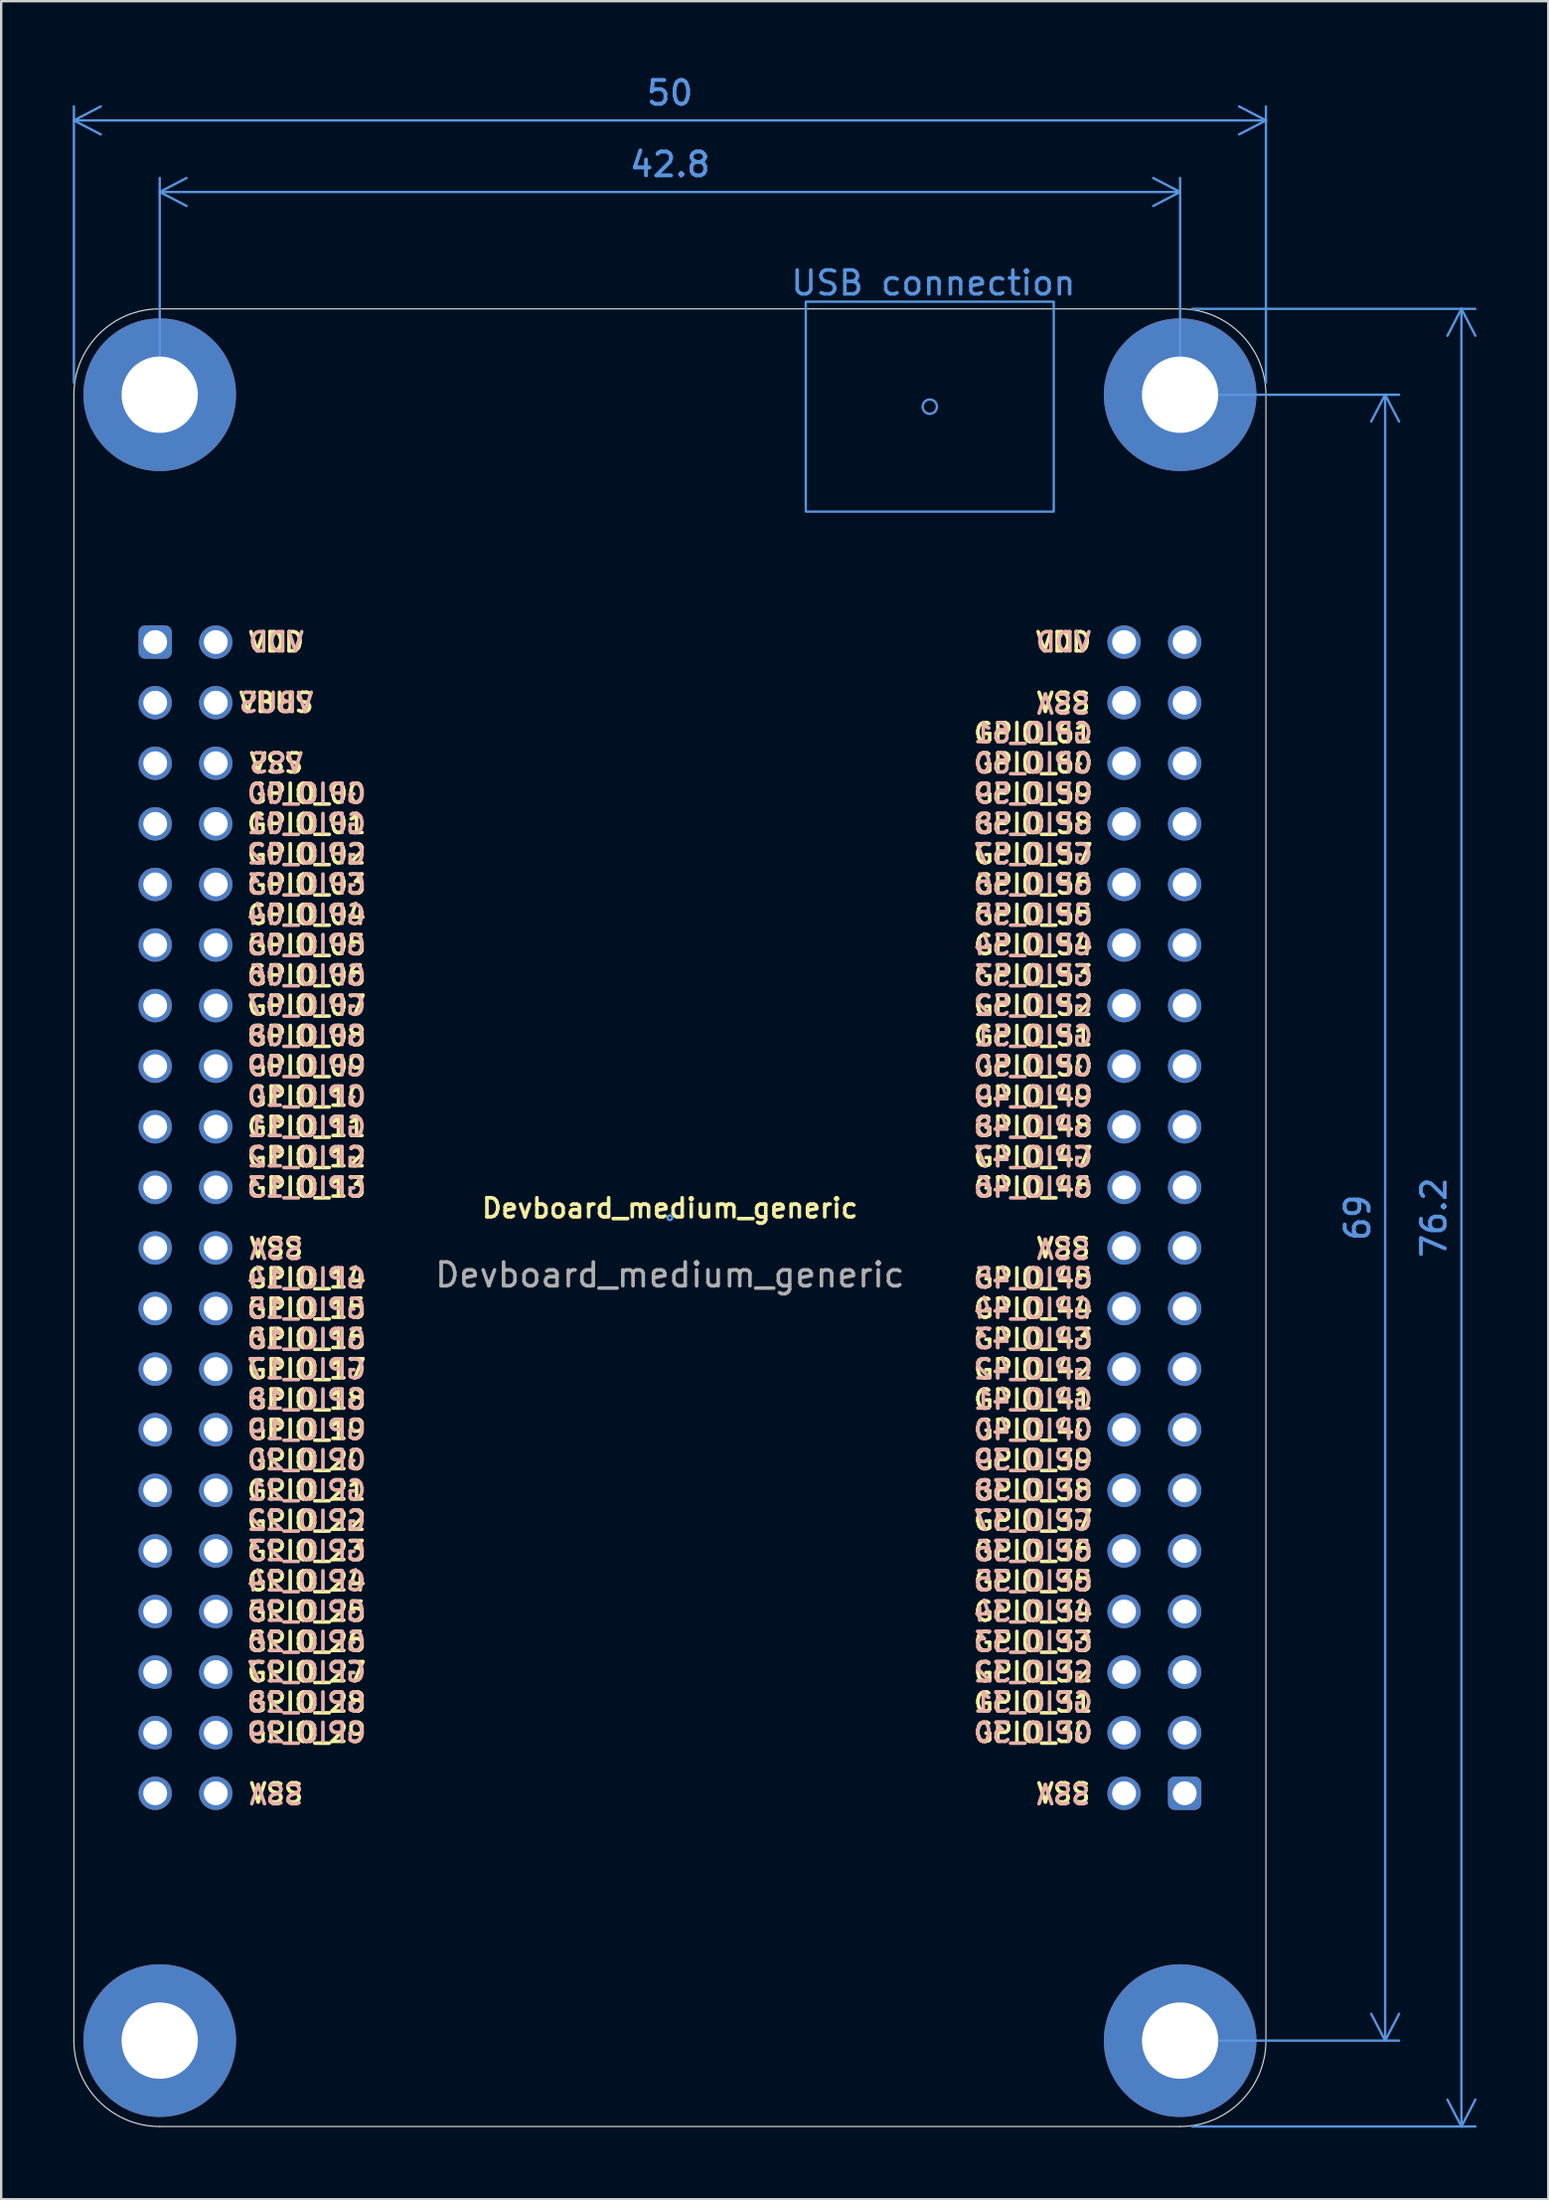
<source format=kicad_pcb>
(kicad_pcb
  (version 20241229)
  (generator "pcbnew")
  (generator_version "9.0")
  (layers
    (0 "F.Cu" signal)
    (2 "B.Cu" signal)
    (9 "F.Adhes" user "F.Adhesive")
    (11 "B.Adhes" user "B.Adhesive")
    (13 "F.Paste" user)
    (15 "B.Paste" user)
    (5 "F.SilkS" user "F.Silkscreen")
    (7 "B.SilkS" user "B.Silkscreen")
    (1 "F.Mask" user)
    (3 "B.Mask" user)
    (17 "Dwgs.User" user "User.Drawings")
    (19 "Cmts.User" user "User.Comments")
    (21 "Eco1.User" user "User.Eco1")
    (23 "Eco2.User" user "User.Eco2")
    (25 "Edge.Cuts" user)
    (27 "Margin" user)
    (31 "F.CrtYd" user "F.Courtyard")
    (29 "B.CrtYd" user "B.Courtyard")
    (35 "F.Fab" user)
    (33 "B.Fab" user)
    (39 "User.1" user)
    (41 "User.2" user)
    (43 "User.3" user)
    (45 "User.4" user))
  (footprint "Devboard_medium_generic"
    (layer "F.Cu")
    (at 25.05 47.998)
    (property "Reference" "Devboard_medium_generic" (at 0 -0.4 0) (unlocked yes) (layer "F.SilkS") (effects (font (size 0.8 0.8) (thickness 0.15))))
    (fp_rect (start 5.7 -38.4) (end 16.1 -29.6) (stroke (width 0.1) (type solid)) (fill no) (layer "Cmts.User"))
    (fp_circle (center 0 0) (end 0.1 0) (stroke (width 0.1) (type default)) (fill no) (layer "Cmts.User"))
    (fp_circle (center 10.9 -34) (end 11.2 -34) (stroke (width 0.1) (type default)) (fill no) (layer "Cmts.User"))
    (fp_line (start -25 34.5) (end -25 -34.5) (stroke (width 0.05) (type solid)) (layer "Edge.Cuts"))
    (fp_line (start -21.4 -38.1) (end 21.4 -38.1) (stroke (width 0.05) (type default)) (layer "Edge.Cuts"))
    (fp_line (start 21.4 38.1) (end -21.4 38.1) (stroke (width 0.05) (type default)) (layer "Edge.Cuts"))
    (fp_line (start 25 -34.5) (end 25 34.5) (stroke (width 0.05) (type solid)) (layer "Edge.Cuts"))
    (fp_arc (start -25 -34.5) (mid -23.945584 -37.045584) (end -21.4 -38.1) (stroke (width 0.05) (type solid)) (layer "Edge.Cuts"))
    (fp_arc (start -21.4 38.1) (mid -23.945584 37.045584) (end -25 34.5) (stroke (width 0.05) (type solid)) (layer "Edge.Cuts"))
    (fp_arc (start 21.4 -38.1) (mid 23.945584 -37.045584) (end 25 -34.5) (stroke (width 0.05) (type solid)) (layer "Edge.Cuts"))
    (fp_arc (start 25 34.5) (mid 23.945584 37.045584) (end 21.4 38.1) (stroke (width 0.05) (type solid)) (layer "Edge.Cuts"))
    (fp_text user "VDD" (at 16.51 -24.13 0) (unlocked yes) (layer "F.SilkS") (effects (font (size 0.8 0.8) (thickness 0.15) (bold yes))))
    (fp_text user "GPIO_40" (at 15.24 8.89 0) (unlocked yes) (layer "F.SilkS") (effects (font (size 0.8 0.8) (thickness 0.15) (bold yes))))
    (fp_text user "VSS" (at -16.51 24.13 0) (unlocked yes) (layer "F.SilkS") (effects (font (size 0.8 0.8) (thickness 0.15) (bold yes))))
    (fp_text user "GPIO_49" (at 15.24 -5.08 0) (unlocked yes) (layer "F.SilkS") (effects (font (size 0.8 0.8) (thickness 0.15) (bold yes))))
    (fp_text user "GPIO_22" (at -15.24 12.7 0) (unlocked yes) (layer "F.SilkS") (effects (font (size 0.8 0.8) (thickness 0.15) (bold yes))))
    (fp_text user "GPIO_26" (at -15.24 17.78 0) (unlocked yes) (layer "F.SilkS") (effects (font (size 0.8 0.8) (thickness 0.15) (bold yes))))
    (fp_text user "VSS" (at 16.51 -21.59 0) (unlocked yes) (layer "F.SilkS") (effects (font (size 0.8 0.8) (thickness 0.15) (bold yes))))
    (fp_text user "GPIO_08" (at -15.24 -7.62 0) (unlocked yes) (layer "F.SilkS") (effects (font (size 0.8 0.8) (thickness 0.15) (bold yes))))
    (fp_text user "GPIO_58" (at 15.24 -16.51 0) (unlocked yes) (layer "F.SilkS") (effects (font (size 0.8 0.8) (thickness 0.15) (bold yes))))
    (fp_text user "GPIO_55" (at 15.24 -12.7 0) (unlocked yes) (layer "F.SilkS") (effects (font (size 0.8 0.8) (thickness 0.15) (bold yes))))
    (fp_text user "GPIO_00" (at -15.24 -17.78 0) (unlocked yes) (layer "F.SilkS") (effects (font (size 0.8 0.8) (thickness 0.15) (bold yes))))
    (fp_text user "GPIO_34" (at 15.24 16.51 0) (unlocked yes) (layer "F.SilkS") (effects (font (size 0.8 0.8) (thickness 0.15) (bold yes))))
    (fp_text user "GPIO_41" (at 15.24 7.62 0) (unlocked yes) (layer "F.SilkS") (effects (font (size 0.8 0.8) (thickness 0.15) (bold yes))))
    (fp_text user "GPIO_38" (at 15.24 11.43 0) (unlocked yes) (layer "F.SilkS") (effects (font (size 0.8 0.8) (thickness 0.15) (bold yes))))
    (fp_text user "GPIO_50" (at 15.24 -6.35 0) (unlocked yes) (layer "F.SilkS") (effects (font (size 0.8 0.8) (thickness 0.15) (bold yes))))
    (fp_text user "GPIO_06" (at -15.24 -10.16 0) (unlocked yes) (layer "F.SilkS") (effects (font (size 0.8 0.8) (thickness 0.15) (bold yes))))
    (fp_text user "GPIO_21" (at -15.24 11.43 0) (unlocked yes) (layer "F.SilkS") (effects (font (size 0.8 0.8) (thickness 0.15) (bold yes))))
    (fp_text user "VSS" (at -16.51 1.27 0) (unlocked yes) (layer "F.SilkS") (effects (font (size 0.8 0.8) (thickness 0.15) (bold yes))))
    (fp_text user "VSS" (at 16.51 24.13 0) (unlocked yes) (layer "F.SilkS") (effects (font (size 0.8 0.8) (thickness 0.15) (bold yes))))
    (fp_text user "GPIO_16" (at -15.24 5.08 0) (unlocked yes) (layer "F.SilkS") (effects (font (size 0.8 0.8) (thickness 0.15) (bold yes))))
    (fp_text user "GPIO_03" (at -15.24 -13.97 0) (unlocked yes) (layer "F.SilkS") (effects (font (size 0.8 0.8) (thickness 0.15) (bold yes))))
    (fp_text user "GPIO_51" (at 15.24 -7.62 0) (unlocked yes) (layer "F.SilkS") (effects (font (size 0.8 0.8) (thickness 0.15) (bold yes))))
    (fp_text user "GPIO_27" (at -15.24 19.05 0) (unlocked yes) (layer "F.SilkS") (effects (font (size 0.8 0.8) (thickness 0.15) (bold yes))))
    (fp_text user "GPIO_39" (at 15.24 10.16 0) (unlocked yes) (layer "F.SilkS") (effects (font (size 0.8 0.8) (thickness 0.15) (bold yes))))
    (fp_text user "GPIO_59" (at 15.24 -17.78 0) (unlocked yes) (layer "F.SilkS") (effects (font (size 0.8 0.8) (thickness 0.15) (bold yes))))
    (fp_text user "GPIO_43" (at 15.24 5.08 0) (unlocked yes) (layer "F.SilkS") (effects (font (size 0.8 0.8) (thickness 0.15) (bold yes))))
    (fp_text user "GPIO_13" (at -15.24 -1.27 0) (unlocked yes) (layer "F.SilkS") (effects (font (size 0.8 0.8) (thickness 0.15) (bold yes))))
    (fp_text user "VSS" (at -16.51 -19.05 0) (unlocked yes) (layer "F.SilkS") (effects (font (size 0.8 0.8) (thickness 0.15) (bold yes))))
    (fp_text user "GPIO_57" (at 15.24 -15.24 0) (unlocked yes) (layer "F.SilkS") (effects (font (size 0.8 0.8) (thickness 0.15) (bold yes))))
    (fp_text user "GPIO_46" (at 15.24 -1.27 0) (unlocked yes) (layer "F.SilkS") (effects (font (size 0.8 0.8) (thickness 0.15) (bold yes))))
    (fp_text user "GPIO_48" (at 15.24 -3.81 0) (unlocked yes) (layer "F.SilkS") (effects (font (size 0.8 0.8) (thickness 0.15) (bold yes))))
    (fp_text user "GPIO_05" (at -15.24 -11.43 0) (unlocked yes) (layer "F.SilkS") (effects (font (size 0.8 0.8) (thickness 0.15) (bold yes))))
    (fp_text user "GPIO_44" (at 15.24 3.81 0) (unlocked yes) (layer "F.SilkS") (effects (font (size 0.8 0.8) (thickness 0.15) (bold yes))))
    (fp_text user "GPIO_15" (at -15.24 3.81 0) (unlocked yes) (layer "F.SilkS") (effects (font (size 0.8 0.8) (thickness 0.15) (bold yes))))
    (fp_text user "GPIO_19" (at -15.24 8.89 0) (unlocked yes) (layer "F.SilkS") (effects (font (size 0.8 0.8) (thickness 0.15) (bold yes))))
    (fp_text user "GPIO_60" (at 15.24 -19.05 0) (unlocked yes) (layer "F.SilkS") (effects (font (size 0.8 0.8) (thickness 0.15) (bold yes))))
    (fp_text user "GPIO_29" (at -15.24 21.59 0) (unlocked yes) (layer "F.SilkS") (effects (font (size 0.8 0.8) (thickness 0.15) (bold yes))))
    (fp_text user "GPIO_02" (at -15.24 -15.24 0) (unlocked yes) (layer "F.SilkS") (effects (font (size 0.8 0.8) (thickness 0.15) (bold yes))))
    (fp_text user "GPIO_33" (at 15.24 17.78 0) (unlocked yes) (layer "F.SilkS") (effects (font (size 0.8 0.8) (thickness 0.15) (bold yes))))
    (fp_text user "VDD" (at -16.51 -24.13 0) (unlocked yes) (layer "F.SilkS") (effects (font (size 0.8 0.8) (thickness 0.15) (bold yes))))
    (fp_text user "GPIO_04" (at -15.24 -12.7 0) (unlocked yes) (layer "F.SilkS") (effects (font (size 0.8 0.8) (thickness 0.15) (bold yes))))
    (fp_text user "GPIO_45" (at 15.24 2.54 0) (unlocked yes) (layer "F.SilkS") (effects (font (size 0.8 0.8) (thickness 0.15) (bold yes))))
    (fp_text user "GPIO_17" (at -15.24 6.35 0) (unlocked yes) (layer "F.SilkS") (effects (font (size 0.8 0.8) (thickness 0.15) (bold yes))))
    (fp_text user "GPIO_10" (at -15.24 -5.08 0) (unlocked yes) (layer "F.SilkS") (effects (font (size 0.8 0.8) (thickness 0.15) (bold yes))))
    (fp_text user "GPIO_01" (at -15.24 -16.51 0) (unlocked yes) (layer "F.SilkS") (effects (font (size 0.8 0.8) (thickness 0.15) (bold yes))))
    (fp_text user "GPIO_61" (at 15.24 -20.32 0) (unlocked yes) (layer "F.SilkS") (effects (font (size 0.8 0.8) (thickness 0.15) (bold yes))))
    (fp_text user "GPIO_18" (at -15.24 7.62 0) (unlocked yes) (layer "F.SilkS") (effects (font (size 0.8 0.8) (thickness 0.15) (bold yes))))
    (fp_text user "GPIO_54" (at 15.24 -11.43 0) (unlocked yes) (layer "F.SilkS") (effects (font (size 0.8 0.8) (thickness 0.15) (bold yes))))
    (fp_text user "GPIO_35" (at 15.24 15.24 0) (unlocked yes) (layer "F.SilkS") (effects (font (size 0.8 0.8) (thickness 0.15) (bold yes))))
    (fp_text user "GPIO_11" (at -15.24 -3.81 0) (unlocked yes) (layer "F.SilkS") (effects (font (size 0.8 0.8) (thickness 0.15) (bold yes))))
    (fp_text user "GPIO_30" (at 15.24 21.59 0) (unlocked yes) (layer "F.SilkS") (effects (font (size 0.8 0.8) (thickness 0.15) (bold yes))))
    (fp_text user "GPIO_25" (at -15.24 16.51 0) (unlocked yes) (layer "F.SilkS") (effects (font (size 0.8 0.8) (thickness 0.15) (bold yes))))
    (fp_text user "GPIO_14" (at -15.24 2.54 0) (unlocked yes) (layer "F.SilkS") (effects (font (size 0.8 0.8) (thickness 0.15) (bold yes))))
    (fp_text user "GPIO_12" (at -15.24 -2.54 0) (unlocked yes) (layer "F.SilkS") (effects (font (size 0.8 0.8) (thickness 0.15) (bold yes))))
    (fp_text user "VBUS" (at -16.51 -21.59 0) (unlocked yes) (layer "F.SilkS") (effects (font (size 0.8 0.8) (thickness 0.15) (bold yes))))
    (fp_text user "GPIO_23" (at -15.24 13.97 0) (unlocked yes) (layer "F.SilkS") (effects (font (size 0.8 0.8) (thickness 0.15) (bold yes))))
    (fp_text user "GPIO_53" (at 15.24 -10.16 0) (unlocked yes) (layer "F.SilkS") (effects (font (size 0.8 0.8) (thickness 0.15) (bold yes))))
    (fp_text user "GPIO_56" (at 15.24 -13.97 0) (unlocked yes) (layer "F.SilkS") (effects (font (size 0.8 0.8) (thickness 0.15) (bold yes))))
    (fp_text user "GPIO_32" (at 15.24 19.05 0) (unlocked yes) (layer "F.SilkS") (effects (font (size 0.8 0.8) (thickness 0.15) (bold yes))))
    (fp_text user "GPIO_07" (at -15.24 -8.89 0) (unlocked yes) (layer "F.SilkS") (effects (font (size 0.8 0.8) (thickness 0.15) (bold yes))))
    (fp_text user "VSS" (at 16.51 1.27 0) (unlocked yes) (layer "F.SilkS") (effects (font (size 0.8 0.8) (thickness 0.15) (bold yes))))
    (fp_text user "GPIO_24" (at -15.24 15.24 0) (unlocked yes) (layer "F.SilkS") (effects (font (size 0.8 0.8) (thickness 0.15) (bold yes))))
    (fp_text user "GPIO_37" (at 15.24 12.7 0) (unlocked yes) (layer "F.SilkS") (effects (font (size 0.8 0.8) (thickness 0.15) (bold yes))))
    (fp_text user "GPIO_42" (at 15.24 6.35 0) (unlocked yes) (layer "F.SilkS") (effects (font (size 0.8 0.8) (thickness 0.15) (bold yes))))
    (fp_text user "GPIO_36" (at 15.24 13.97 0) (unlocked yes) (layer "F.SilkS") (effects (font (size 0.8 0.8) (thickness 0.15) (bold yes))))
    (fp_text user "GPIO_09" (at -15.24 -6.35 0) (unlocked yes) (layer "F.SilkS") (effects (font (size 0.8 0.8) (thickness 0.15) (bold yes))))
    (fp_text user "GPIO_31" (at 15.24 20.32 0) (unlocked yes) (layer "F.SilkS") (effects (font (size 0.8 0.8) (thickness 0.15) (bold yes))))
    (fp_text user "GPIO_20" (at -15.24 10.16 0) (unlocked yes) (layer "F.SilkS") (effects (font (size 0.8 0.8) (thickness 0.15) (bold yes))))
    (fp_text user "GPIO_28" (at -15.24 20.32 0) (unlocked yes) (layer "F.SilkS") (effects (font (size 0.8 0.8) (thickness 0.15) (bold yes))))
    (fp_text user "GPIO_47" (at 15.24 -2.54 0) (unlocked yes) (layer "F.SilkS") (effects (font (size 0.8 0.8) (thickness 0.15) (bold yes))))
    (fp_text user "GPIO_52" (at 15.24 -8.89 0) (unlocked yes) (layer "F.SilkS") (effects (font (size 0.8 0.8) (thickness 0.15) (bold yes))))
    (fp_text user "GPIO_09" (at -15.24 -6.35 0) (unlocked yes) (layer "B.SilkS") (effects (font (size 0.8 0.8) (thickness 0.15) (bold yes)) (justify mirror)))
    (fp_text user "GPIO_21" (at -15.24 11.43 0) (unlocked yes) (layer "B.SilkS") (effects (font (size 0.8 0.8) (thickness 0.15) (bold yes)) (justify mirror)))
    (fp_text user "GPIO_04" (at -15.24 -12.7 0) (unlocked yes) (layer "B.SilkS") (effects (font (size 0.8 0.8) (thickness 0.15) (bold yes)) (justify mirror)))
    (fp_text user "GPIO_54" (at 15.24 -11.43 0) (unlocked yes) (layer "B.SilkS") (effects (font (size 0.8 0.8) (thickness 0.15) (bold yes)) (justify mirror)))
    (fp_text user "GPIO_61" (at 15.24 -20.32 0) (unlocked yes) (layer "B.SilkS") (effects (font (size 0.8 0.8) (thickness 0.15) (bold yes)) (justify mirror)))
    (fp_text user "GPIO_52" (at 15.24 -8.89 0) (unlocked yes) (layer "B.SilkS") (effects (font (size 0.8 0.8) (thickness 0.15) (bold yes)) (justify mirror)))
    (fp_text user "VSS" (at 16.51 -21.59 180) (unlocked yes) (layer "B.SilkS") (effects (font (size 0.8 0.8) (thickness 0.15) (bold yes)) (justify mirror)))
    (fp_text user "GPIO_17" (at -15.24 6.35 0) (unlocked yes) (layer "B.SilkS") (effects (font (size 0.8 0.8) (thickness 0.15) (bold yes)) (justify mirror)))
    (fp_text user "GPIO_24" (at -15.24 15.24 0) (unlocked yes) (layer "B.SilkS") (effects (font (size 0.8 0.8) (thickness 0.15) (bold yes)) (justify mirror)))
    (fp_text user "GPIO_19" (at -15.24 8.89 0) (unlocked yes) (layer "B.SilkS") (effects (font (size 0.8 0.8) (thickness 0.15) (bold yes)) (justify mirror)))
    (fp_text user "GPIO_37" (at 15.24 12.7 0) (unlocked yes) (layer "B.SilkS") (effects (font (size 0.8 0.8) (thickness 0.15) (bold yes)) (justify mirror)))
    (fp_text user "GPIO_41" (at 15.24 7.62 0) (unlocked yes) (layer "B.SilkS") (effects (font (size 0.8 0.8) (thickness 0.15) (bold yes)) (justify mirror)))
    (fp_text user "GPIO_57" (at 15.24 -15.24 0) (unlocked yes) (layer "B.SilkS") (effects (font (size 0.8 0.8) (thickness 0.15) (bold yes)) (justify mirror)))
    (fp_text user "GPIO_36" (at 15.24 13.97 0) (unlocked yes) (layer "B.SilkS") (effects (font (size 0.8 0.8) (thickness 0.15) (bold yes)) (justify mirror)))
    (fp_text user "VSS" (at -16.51 -19.05 0) (unlocked yes) (layer "B.SilkS") (effects (font (size 0.8 0.8) (thickness 0.15) (bold yes)) (justify mirror)))
    (fp_text user "GPIO_00" (at -15.24 -17.78 0) (unlocked yes) (layer "B.SilkS") (effects (font (size 0.8 0.8) (thickness 0.15) (bold yes)) (justify mirror)))
    (fp_text user "VSS" (at 16.51 24.13 180) (unlocked yes) (layer "B.SilkS") (effects (font (size 0.8 0.8) (thickness 0.15) (bold yes)) (justify mirror)))
    (fp_text user "GPIO_29" (at -15.24 21.59 0) (unlocked yes) (layer "B.SilkS") (effects (font (size 0.8 0.8) (thickness 0.15) (bold yes)) (justify mirror)))
    (fp_text user "GPIO_53" (at 15.24 -10.16 0) (unlocked yes) (layer "B.SilkS") (effects (font (size 0.8 0.8) (thickness 0.15) (bold yes)) (justify mirror)))
    (fp_text user "GPIO_42" (at 15.24 6.35 0) (unlocked yes) (layer "B.SilkS") (effects (font (size 0.8 0.8) (thickness 0.15) (bold yes)) (justify mirror)))
    (fp_text user "GPIO_44" (at 15.24 3.81 0) (unlocked yes) (layer "B.SilkS") (effects (font (size 0.8 0.8) (thickness 0.15) (bold yes)) (justify mirror)))
    (fp_text user "VDD" (at 16.51 -24.13 0) (unlocked yes) (layer "B.SilkS") (effects (font (size 0.8 0.8) (thickness 0.15) (bold yes)) (justify mirror)))
    (fp_text user "GPIO_60" (at 15.24 -19.05 0) (unlocked yes) (layer "B.SilkS") (effects (font (size 0.8 0.8) (thickness 0.15) (bold yes)) (justify mirror)))
    (fp_text user "GPIO_26" (at -15.24 17.78 0) (unlocked yes) (layer "B.SilkS") (effects (font (size 0.8 0.8) (thickness 0.15) (bold yes)) (justify mirror)))
    (fp_text user "GPIO_06" (at -15.24 -10.16 0) (unlocked yes) (layer "B.SilkS") (effects (font (size 0.8 0.8) (thickness 0.15) (bold yes)) (justify mirror)))
    (fp_text user "GPIO_34" (at 15.24 16.51 0) (unlocked yes) (layer "B.SilkS") (effects (font (size 0.8 0.8) (thickness 0.15) (bold yes)) (justify mirror)))
    (fp_text user "GPIO_49" (at 15.24 -5.08 0) (unlocked yes) (layer "B.SilkS") (effects (font (size 0.8 0.8) (thickness 0.15) (bold yes)) (justify mirror)))
    (fp_text user "GPIO_35" (at 15.24 15.24 0) (unlocked yes) (layer "B.SilkS") (effects (font (size 0.8 0.8) (thickness 0.15) (bold yes)) (justify mirror)))
    (fp_text user "GPIO_50" (at 15.24 -6.35 0) (unlocked yes) (layer "B.SilkS") (effects (font (size 0.8 0.8) (thickness 0.15) (bold yes)) (justify mirror)))
    (fp_text user "GPIO_59" (at 15.24 -17.78 0) (unlocked yes) (layer "B.SilkS") (effects (font (size 0.8 0.8) (thickness 0.15) (bold yes)) (justify mirror)))
    (fp_text user "GPIO_43" (at 15.24 5.08 0) (unlocked yes) (layer "B.SilkS") (effects (font (size 0.8 0.8) (thickness 0.15) (bold yes)) (justify mirror)))
    (fp_text user "GPIO_05" (at -15.24 -11.43 0) (unlocked yes) (layer "B.SilkS") (effects (font (size 0.8 0.8) (thickness 0.15) (bold yes)) (justify mirror)))
    (fp_text user "GPIO_28" (at -15.24 20.32 0) (unlocked yes) (layer "B.SilkS") (effects (font (size 0.8 0.8) (thickness 0.15) (bold yes)) (justify mirror)))
    (fp_text user "GPIO_23" (at -15.24 13.97 0) (unlocked yes) (layer "B.SilkS") (effects (font (size 0.8 0.8) (thickness 0.15) (bold yes)) (justify mirror)))
    (fp_text user "GPIO_32" (at 15.24 19.05 0) (unlocked yes) (layer "B.SilkS") (effects (font (size 0.8 0.8) (thickness 0.15) (bold yes)) (justify mirror)))
    (fp_text user "GPIO_30" (at 15.24 21.59 0) (unlocked yes) (layer "B.SilkS") (effects (font (size 0.8 0.8) (thickness 0.15) (bold yes)) (justify mirror)))
    (fp_text user "GPIO_01" (at -15.24 -16.51 0) (unlocked yes) (layer "B.SilkS") (effects (font (size 0.8 0.8) (thickness 0.15) (bold yes)) (justify mirror)))
    (fp_text user "GPIO_07" (at -15.24 -8.89 0) (unlocked yes) (layer "B.SilkS") (effects (font (size 0.8 0.8) (thickness 0.15) (bold yes)) (justify mirror)))
    (fp_text user "GPIO_51" (at 15.24 -7.62 0) (unlocked yes) (layer "B.SilkS") (effects (font (size 0.8 0.8) (thickness 0.15) (bold yes)) (justify mirror)))
    (fp_text user "GPIO_13" (at -15.24 -1.27 0) (unlocked yes) (layer "B.SilkS") (effects (font (size 0.8 0.8) (thickness 0.15) (bold yes)) (justify mirror)))
    (fp_text user "GPIO_02" (at -15.24 -15.24 0) (unlocked yes) (layer "B.SilkS") (effects (font (size 0.8 0.8) (thickness 0.15) (bold yes)) (justify mirror)))
    (fp_text user "GPIO_25" (at -15.24 16.51 0) (unlocked yes) (layer "B.SilkS") (effects (font (size 0.8 0.8) (thickness 0.15) (bold yes)) (justify mirror)))
    (fp_text user "GPIO_03" (at -15.24 -13.97 0) (unlocked yes) (layer "B.SilkS") (effects (font (size 0.8 0.8) (thickness 0.15) (bold yes)) (justify mirror)))
    (fp_text user "GPIO_12" (at -15.24 -2.54 0) (unlocked yes) (layer "B.SilkS") (effects (font (size 0.8 0.8) (thickness 0.15) (bold yes)) (justify mirror)))
    (fp_text user "GPIO_22" (at -15.24 12.7 0) (unlocked yes) (layer "B.SilkS") (effects (font (size 0.8 0.8) (thickness 0.15) (bold yes)) (justify mirror)))
    (fp_text user "GPIO_27" (at -15.24 19.05 0) (unlocked yes) (layer "B.SilkS") (effects (font (size 0.8 0.8) (thickness 0.15) (bold yes)) (justify mirror)))
    (fp_text user "GPIO_08" (at -15.24 -7.62 0) (unlocked yes) (layer "B.SilkS") (effects (font (size 0.8 0.8) (thickness 0.15) (bold yes)) (justify mirror)))
    (fp_text user "VSS" (at 16.51 1.27 180) (unlocked yes) (layer "B.SilkS") (effects (font (size 0.8 0.8) (thickness 0.15) (bold yes)) (justify mirror)))
    (fp_text user "GPIO_48" (at 15.24 -3.81 0) (unlocked yes) (layer "B.SilkS") (effects (font (size 0.8 0.8) (thickness 0.15) (bold yes)) (justify mirror)))
    (fp_text user "VBUS" (at -16.51 -21.59 0) (unlocked yes) (layer "B.SilkS") (effects (font (size 0.8 0.8) (thickness 0.15) (bold yes)) (justify mirror)))
    (fp_text user "GPIO_38" (at 15.24 11.43 0) (unlocked yes) (layer "B.SilkS") (effects (font (size 0.8 0.8) (thickness 0.15) (bold yes)) (justify mirror)))
    (fp_text user "GPIO_56" (at 15.24 -13.97 0) (unlocked yes) (layer "B.SilkS") (effects (font (size 0.8 0.8) (thickness 0.15) (bold yes)) (justify mirror)))
    (fp_text user "GPIO_20" (at -15.24 10.16 0) (unlocked yes) (layer "B.SilkS") (effects (font (size 0.8 0.8) (thickness 0.15) (bold yes)) (justify mirror)))
    (fp_text user "GPIO_39" (at 15.24 10.16 0) (unlocked yes) (layer "B.SilkS") (effects (font (size 0.8 0.8) (thickness 0.15) (bold yes)) (justify mirror)))
    (fp_text user "GPIO_33" (at 15.24 17.78 0) (unlocked yes) (layer "B.SilkS") (effects (font (size 0.8 0.8) (thickness 0.15) (bold yes)) (justify mirror)))
    (fp_text user "GPIO_58" (at 15.24 -16.51 0) (unlocked yes) (layer "B.SilkS") (effects (font (size 0.8 0.8) (thickness 0.15) (bold yes)) (justify mirror)))
    (fp_text user "VSS" (at -16.51 1.27 180) (unlocked yes) (layer "B.SilkS") (effects (font (size 0.8 0.8) (thickness 0.15) (bold yes)) (justify mirror)))
    (fp_text user "GPIO_40" (at 15.24 8.89 0) (unlocked yes) (layer "B.SilkS") (effects (font (size 0.8 0.8) (thickness 0.15) (bold yes)) (justify mirror)))
    (fp_text user "GPIO_16" (at -15.24 5.08 0) (unlocked yes) (layer "B.SilkS") (effects (font (size 0.8 0.8) (thickness 0.15) (bold yes)) (justify mirror)))
    (fp_text user "GPIO_18" (at -15.24 7.62 0) (unlocked yes) (layer "B.SilkS") (effects (font (size 0.8 0.8) (thickness 0.15) (bold yes)) (justify mirror)))
    (fp_text user "VDD" (at -16.51 -24.13 0) (unlocked yes) (layer "B.SilkS") (effects (font (size 0.8 0.8) (thickness 0.15) (bold yes)) (justify mirror)))
    (fp_text user "GPIO_14" (at -15.24 2.54 0) (unlocked yes) (layer "B.SilkS") (effects (font (size 0.8 0.8) (thickness 0.15) (bold yes)) (justify mirror)))
    (fp_text user "GPIO_31" (at 15.24 20.32 0) (unlocked yes) (layer "B.SilkS") (effects (font (size 0.8 0.8) (thickness 0.15) (bold yes)) (justify mirror)))
    (fp_text user "GPIO_45" (at 15.24 2.54 0) (unlocked yes) (layer "B.SilkS") (effects (font (size 0.8 0.8) (thickness 0.15) (bold yes)) (justify mirror)))
    (fp_text user "GPIO_55" (at 15.24 -12.7 0) (unlocked yes) (layer "B.SilkS") (effects (font (size 0.8 0.8) (thickness 0.15) (bold yes)) (justify mirror)))
    (fp_text user "GPIO_47" (at 15.24 -2.54 0) (unlocked yes) (layer "B.SilkS") (effects (font (size 0.8 0.8) (thickness 0.15) (bold yes)) (justify mirror)))
    (fp_text user "GPIO_46" (at 15.24 -1.27 0) (unlocked yes) (layer "B.SilkS") (effects (font (size 0.8 0.8) (thickness 0.15) (bold yes)) (justify mirror)))
    (fp_text user "GPIO_11" (at -15.24 -3.81 0) (unlocked yes) (layer "B.SilkS") (effects (font (size 0.8 0.8) (thickness 0.15) (bold yes)) (justify mirror)))
    (fp_text user "GPIO_15" (at -15.24 3.81 0) (unlocked yes) (layer "B.SilkS") (effects (font (size 0.8 0.8) (thickness 0.15) (bold yes)) (justify mirror)))
    (fp_text user "GPIO_10" (at -15.24 -5.08 0) (unlocked yes) (layer "B.SilkS") (effects (font (size 0.8 0.8) (thickness 0.15) (bold yes)) (justify mirror)))
    (fp_text user "VSS" (at -16.51 24.13 180) (unlocked yes) (layer "B.SilkS") (effects (font (size 0.8 0.8) (thickness 0.15) (bold yes)) (justify mirror)))
    (fp_text user "USB connection" (at 5 -38.6 0) (unlocked yes) (layer "Cmts.User") (effects (font (size 1 1) (thickness 0.15)) (justify left bottom)))
    (fp_text user "${REFERENCE}" (at 0 2.4 0) (unlocked yes) (layer "F.Fab") (effects (font (size 1 1) (thickness 0.15))))
    (dimension (type orthogonal) (layer "Cmts.User") (pts (xy 46.45 13.498) (xy 46.45 82.498)) (height 8.6) (orientation 1) (format (prefix "") (suffix "") (units 3) (units_format 0) (precision 4) (suppress_zeroes yes)) (style (thickness 0.1) (arrow_length 1.27) (text_position_mode 0) (arrow_direction outward) (extension_height 0.586) (extension_offset 0.5) (keep_text_aligned yes)) (gr_text "69" (at 53.9 47.998 90) (layer "Cmts.User") (effects (font (size 1 1) (thickness 0.15)))))
    (dimension (type orthogonal) (layer "Cmts.User") (pts (xy 3.65 13.498) (xy 46.45 13.498)) (height -8.5) (orientation 0) (format (prefix "") (suffix "") (units 3) (units_format 0) (precision 4) (suppress_zeroes yes)) (style (thickness 0.1) (arrow_length 1.27) (text_position_mode 0) (arrow_direction outward) (extension_height 0.586) (extension_offset 0.5) (keep_text_aligned yes)) (gr_text "42.8" (at 25.05 3.848 0) (layer "Cmts.User") (effects (font (size 1 1) (thickness 0.15)))))
    (dimension (type orthogonal) (layer "Cmts.User") (pts (xy 0.05 13.498) (xy 50.05 13.498)) (height -11.5) (orientation 0) (format (prefix "") (suffix "") (units 3) (units_format 0) (precision 4) (suppress_zeroes yes)) (style (thickness 0.1) (arrow_length 1.27) (text_position_mode 0) (arrow_direction outward) (extension_height 0.586) (extension_offset 0.5) (keep_text_aligned yes)) (gr_text "50" (at 25.05 0.848 0) (layer "Cmts.User") (effects (font (size 1 1) (thickness 0.15)))))
    (dimension (type orthogonal) (layer "Cmts.User") (pts (xy 46.45 86.098) (xy 46.45 9.898)) (height 11.8) (orientation 1) (format (prefix "") (suffix "") (units 3) (units_format 0) (precision 4) (suppress_zeroes yes)) (style (thickness 0.1) (arrow_length 1.27) (text_position_mode 0) (arrow_direction outward) (extension_height 0.586) (extension_offset 0.5) (keep_text_aligned yes)) (gr_text "76.2" (at 57.1 47.998 90) (layer "Cmts.User") (effects (font (size 1 1) (thickness 0.15)))))
    (pad "1" thru_hole roundrect (at -21.59 -24.13) (size 1.4 1.4) (drill 1) (layers "*.Cu" "*.Mask") (roundrect_rratio 0.2))
    (pad "2" thru_hole circle (at -19.05 -24.13) (size 1.4 1.4) (drill 1) (layers "*.Cu" "*.Mask"))
    (pad "3" thru_hole circle (at -21.59 -21.59) (size 1.4 1.4) (drill 1) (layers "*.Cu" "*.Mask"))
    (pad "4" thru_hole circle (at -19.05 -21.59) (size 1.4 1.4) (drill 1) (layers "*.Cu" "*.Mask"))
    (pad "5" thru_hole circle (at -21.59 -19.05) (size 1.4 1.4) (drill 1) (layers "*.Cu" "*.Mask"))
    (pad "6" thru_hole circle (at -19.05 -19.05) (size 1.4 1.4) (drill 1) (layers "*.Cu" "*.Mask"))
    (pad "7" thru_hole circle (at -21.59 -16.51) (size 1.4 1.4) (drill 1) (layers "*.Cu" "*.Mask"))
    (pad "8" thru_hole circle (at -19.05 -16.51) (size 1.4 1.4) (drill 1) (layers "*.Cu" "*.Mask"))
    (pad "9" thru_hole circle (at -21.59 -13.97) (size 1.4 1.4) (drill 1) (layers "*.Cu" "*.Mask"))
    (pad "10" thru_hole circle (at -19.05 -13.97) (size 1.4 1.4) (drill 1) (layers "*.Cu" "*.Mask"))
    (pad "11" thru_hole circle (at -21.59 -11.43) (size 1.4 1.4) (drill 1) (layers "*.Cu" "*.Mask"))
    (pad "12" thru_hole circle (at -19.05 -11.43) (size 1.4 1.4) (drill 1) (layers "*.Cu" "*.Mask"))
    (pad "13" thru_hole circle (at -21.59 -8.89) (size 1.4 1.4) (drill 1) (layers "*.Cu" "*.Mask"))
    (pad "14" thru_hole circle (at -19.05 -8.89) (size 1.4 1.4) (drill 1) (layers "*.Cu" "*.Mask"))
    (pad "15" thru_hole circle (at -21.59 -6.35) (size 1.4 1.4) (drill 1) (layers "*.Cu" "*.Mask"))
    (pad "16" thru_hole circle (at -19.05 -6.35) (size 1.4 1.4) (drill 1) (layers "*.Cu" "*.Mask"))
    (pad "17" thru_hole circle (at -21.59 -3.81) (size 1.4 1.4) (drill 1) (layers "*.Cu" "*.Mask"))
    (pad "18" thru_hole circle (at -19.05 -3.81) (size 1.4 1.4) (drill 1) (layers "*.Cu" "*.Mask"))
    (pad "19" thru_hole circle (at -21.59 -1.27) (size 1.4 1.4) (drill 1) (layers "*.Cu" "*.Mask"))
    (pad "20" thru_hole circle (at -19.05 -1.27) (size 1.4 1.4) (drill 1) (layers "*.Cu" "*.Mask"))
    (pad "21" thru_hole circle (at -21.59 1.27) (size 1.4 1.4) (drill 1) (layers "*.Cu" "*.Mask"))
    (pad "22" thru_hole circle (at -19.05 1.27) (size 1.4 1.4) (drill 1) (layers "*.Cu" "*.Mask"))
    (pad "23" thru_hole circle (at -21.59 3.81) (size 1.4 1.4) (drill 1) (layers "*.Cu" "*.Mask"))
    (pad "24" thru_hole circle (at -19.05 3.81) (size 1.4 1.4) (drill 1) (layers "*.Cu" "*.Mask"))
    (pad "25" thru_hole circle (at -21.59 6.35) (size 1.4 1.4) (drill 1) (layers "*.Cu" "*.Mask"))
    (pad "26" thru_hole circle (at -19.05 6.35) (size 1.4 1.4) (drill 1) (layers "*.Cu" "*.Mask"))
    (pad "27" thru_hole circle (at -21.59 8.89) (size 1.4 1.4) (drill 1) (layers "*.Cu" "*.Mask"))
    (pad "28" thru_hole circle (at -19.05 8.89) (size 1.4 1.4) (drill 1) (layers "*.Cu" "*.Mask"))
    (pad "29" thru_hole circle (at -21.59 11.43) (size 1.4 1.4) (drill 1) (layers "*.Cu" "*.Mask"))
    (pad "30" thru_hole circle (at -19.05 11.43) (size 1.4 1.4) (drill 1) (layers "*.Cu" "*.Mask"))
    (pad "31" thru_hole circle (at -21.59 13.97) (size 1.4 1.4) (drill 1) (layers "*.Cu" "*.Mask"))
    (pad "32" thru_hole circle (at -19.05 13.97) (size 1.4 1.4) (drill 1) (layers "*.Cu" "*.Mask"))
    (pad "33" thru_hole circle (at -21.59 16.51) (size 1.4 1.4) (drill 1) (layers "*.Cu" "*.Mask"))
    (pad "34" thru_hole circle (at -19.05 16.51) (size 1.4 1.4) (drill 1) (layers "*.Cu" "*.Mask"))
    (pad "35" thru_hole circle (at -21.59 19.05) (size 1.4 1.4) (drill 1) (layers "*.Cu" "*.Mask"))
    (pad "36" thru_hole circle (at -19.05 19.05) (size 1.4 1.4) (drill 1) (layers "*.Cu" "*.Mask"))
    (pad "37" thru_hole circle (at -21.59 21.59) (size 1.4 1.4) (drill 1) (layers "*.Cu" "*.Mask"))
    (pad "38" thru_hole circle (at -19.05 21.59) (size 1.4 1.4) (drill 1) (layers "*.Cu" "*.Mask"))
    (pad "39" thru_hole circle (at -21.59 24.13) (size 1.4 1.4) (drill 1) (layers "*.Cu" "*.Mask"))
    (pad "40" thru_hole circle (at -19.05 24.13) (size 1.4 1.4) (drill 1) (layers "*.Cu" "*.Mask"))
    (pad "41" thru_hole roundrect (at 21.59 24.13) (size 1.4 1.4) (drill 1) (layers "*.Cu" "*.Mask") (roundrect_rratio 0.2))
    (pad "42" thru_hole circle (at 19.05 24.13) (size 1.4 1.4) (drill 1) (layers "*.Cu" "*.Mask"))
    (pad "43" thru_hole circle (at 21.59 21.59) (size 1.4 1.4) (drill 1) (layers "*.Cu" "*.Mask"))
    (pad "44" thru_hole circle (at 19.05 21.59) (size 1.4 1.4) (drill 1) (layers "*.Cu" "*.Mask"))
    (pad "45" thru_hole circle (at 21.59 19.05) (size 1.4 1.4) (drill 1) (layers "*.Cu" "*.Mask"))
    (pad "46" thru_hole circle (at 19.05 19.05) (size 1.4 1.4) (drill 1) (layers "*.Cu" "*.Mask"))
    (pad "47" thru_hole circle (at 21.59 16.51) (size 1.4 1.4) (drill 1) (layers "*.Cu" "*.Mask"))
    (pad "48" thru_hole circle (at 19.05 16.51) (size 1.4 1.4) (drill 1) (layers "*.Cu" "*.Mask"))
    (pad "49" thru_hole circle (at 21.59 13.97) (size 1.4 1.4) (drill 1) (layers "*.Cu" "*.Mask"))
    (pad "50" thru_hole circle (at 19.05 13.97) (size 1.4 1.4) (drill 1) (layers "*.Cu" "*.Mask"))
    (pad "51" thru_hole circle (at 21.59 11.43) (size 1.4 1.4) (drill 1) (layers "*.Cu" "*.Mask"))
    (pad "52" thru_hole circle (at 19.05 11.43) (size 1.4 1.4) (drill 1) (layers "*.Cu" "*.Mask"))
    (pad "53" thru_hole circle (at 21.59 8.89) (size 1.4 1.4) (drill 1) (layers "*.Cu" "*.Mask"))
    (pad "54" thru_hole circle (at 19.05 8.89) (size 1.4 1.4) (drill 1) (layers "*.Cu" "*.Mask"))
    (pad "55" thru_hole circle (at 21.59 6.35) (size 1.4 1.4) (drill 1) (layers "*.Cu" "*.Mask"))
    (pad "56" thru_hole circle (at 19.05 6.35) (size 1.4 1.4) (drill 1) (layers "*.Cu" "*.Mask"))
    (pad "57" thru_hole circle (at 21.59 3.81) (size 1.4 1.4) (drill 1) (layers "*.Cu" "*.Mask"))
    (pad "58" thru_hole circle (at 19.05 3.81) (size 1.4 1.4) (drill 1) (layers "*.Cu" "*.Mask"))
    (pad "59" thru_hole circle (at 21.59 1.27) (size 1.4 1.4) (drill 1) (layers "*.Cu" "*.Mask"))
    (pad "60" thru_hole circle (at 19.05 1.27) (size 1.4 1.4) (drill 1) (layers "*.Cu" "*.Mask"))
    (pad "61" thru_hole circle (at 21.59 -1.27) (size 1.4 1.4) (drill 1) (layers "*.Cu" "*.Mask"))
    (pad "62" thru_hole circle (at 19.05 -1.27) (size 1.4 1.4) (drill 1) (layers "*.Cu" "*.Mask"))
    (pad "63" thru_hole circle (at 21.59 -3.81) (size 1.4 1.4) (drill 1) (layers "*.Cu" "*.Mask"))
    (pad "64" thru_hole circle (at 19.05 -3.81) (size 1.4 1.4) (drill 1) (layers "*.Cu" "*.Mask"))
    (pad "65" thru_hole circle (at 21.59 -6.35) (size 1.4 1.4) (drill 1) (layers "*.Cu" "*.Mask"))
    (pad "66" thru_hole circle (at 19.05 -6.35) (size 1.4 1.4) (drill 1) (layers "*.Cu" "*.Mask"))
    (pad "67" thru_hole circle (at 21.59 -8.89) (size 1.4 1.4) (drill 1) (layers "*.Cu" "*.Mask"))
    (pad "68" thru_hole circle (at 19.05 -8.89) (size 1.4 1.4) (drill 1) (layers "*.Cu" "*.Mask"))
    (pad "69" thru_hole circle (at 21.59 -11.43) (size 1.4 1.4) (drill 1) (layers "*.Cu" "*.Mask"))
    (pad "70" thru_hole circle (at 19.05 -11.43) (size 1.4 1.4) (drill 1) (layers "*.Cu" "*.Mask"))
    (pad "71" thru_hole circle (at 21.59 -13.97) (size 1.4 1.4) (drill 1) (layers "*.Cu" "*.Mask"))
    (pad "72" thru_hole circle (at 19.05 -13.97) (size 1.4 1.4) (drill 1) (layers "*.Cu" "*.Mask"))
    (pad "73" thru_hole circle (at 21.59 -16.51) (size 1.4 1.4) (drill 1) (layers "*.Cu" "*.Mask"))
    (pad "74" thru_hole circle (at 19.05 -16.51) (size 1.4 1.4) (drill 1) (layers "*.Cu" "*.Mask"))
    (pad "75" thru_hole circle (at 21.59 -19.05) (size 1.4 1.4) (drill 1) (layers "*.Cu" "*.Mask"))
    (pad "76" thru_hole circle (at 19.05 -19.05) (size 1.4 1.4) (drill 1) (layers "*.Cu" "*.Mask"))
    (pad "77" thru_hole circle (at 21.59 -21.59) (size 1.4 1.4) (drill 1) (layers "*.Cu" "*.Mask"))
    (pad "78" thru_hole circle (at 19.05 -21.59) (size 1.4 1.4) (drill 1) (layers "*.Cu" "*.Mask"))
    (pad "79" thru_hole circle (at 21.59 -24.13) (size 1.4 1.4) (drill 1) (layers "*.Cu" "*.Mask"))
    (pad "80" thru_hole circle (at 19.05 -24.13) (size 1.4 1.4) (drill 1) (layers "*.Cu" "*.Mask"))
    (pad "M1" thru_hole circle (at -21.4 -34.5) (size 6.4 6.4) (drill 3.2) (layers "*.Cu" "*.Mask"))
    (pad "M2" thru_hole circle (at -21.4 34.5) (size 6.4 6.4) (drill 3.2) (layers "*.Cu" "*.Mask"))
    (pad "M3" thru_hole circle (at 21.4 34.5) (size 6.4 6.4) (drill 3.2) (layers "*.Cu" "*.Mask"))
    (pad "M4" thru_hole circle (at 21.4 -34.5) (size 6.4 6.4) (drill 3.2) (layers "*.Cu" "*.Mask")))
  (gr_rect
    (start -3 -3)
    (end 61.892 89.148)
    (stroke (width 0.1) (type default))
    (fill no)
    (layer "Edge.Cuts")))
</source>
